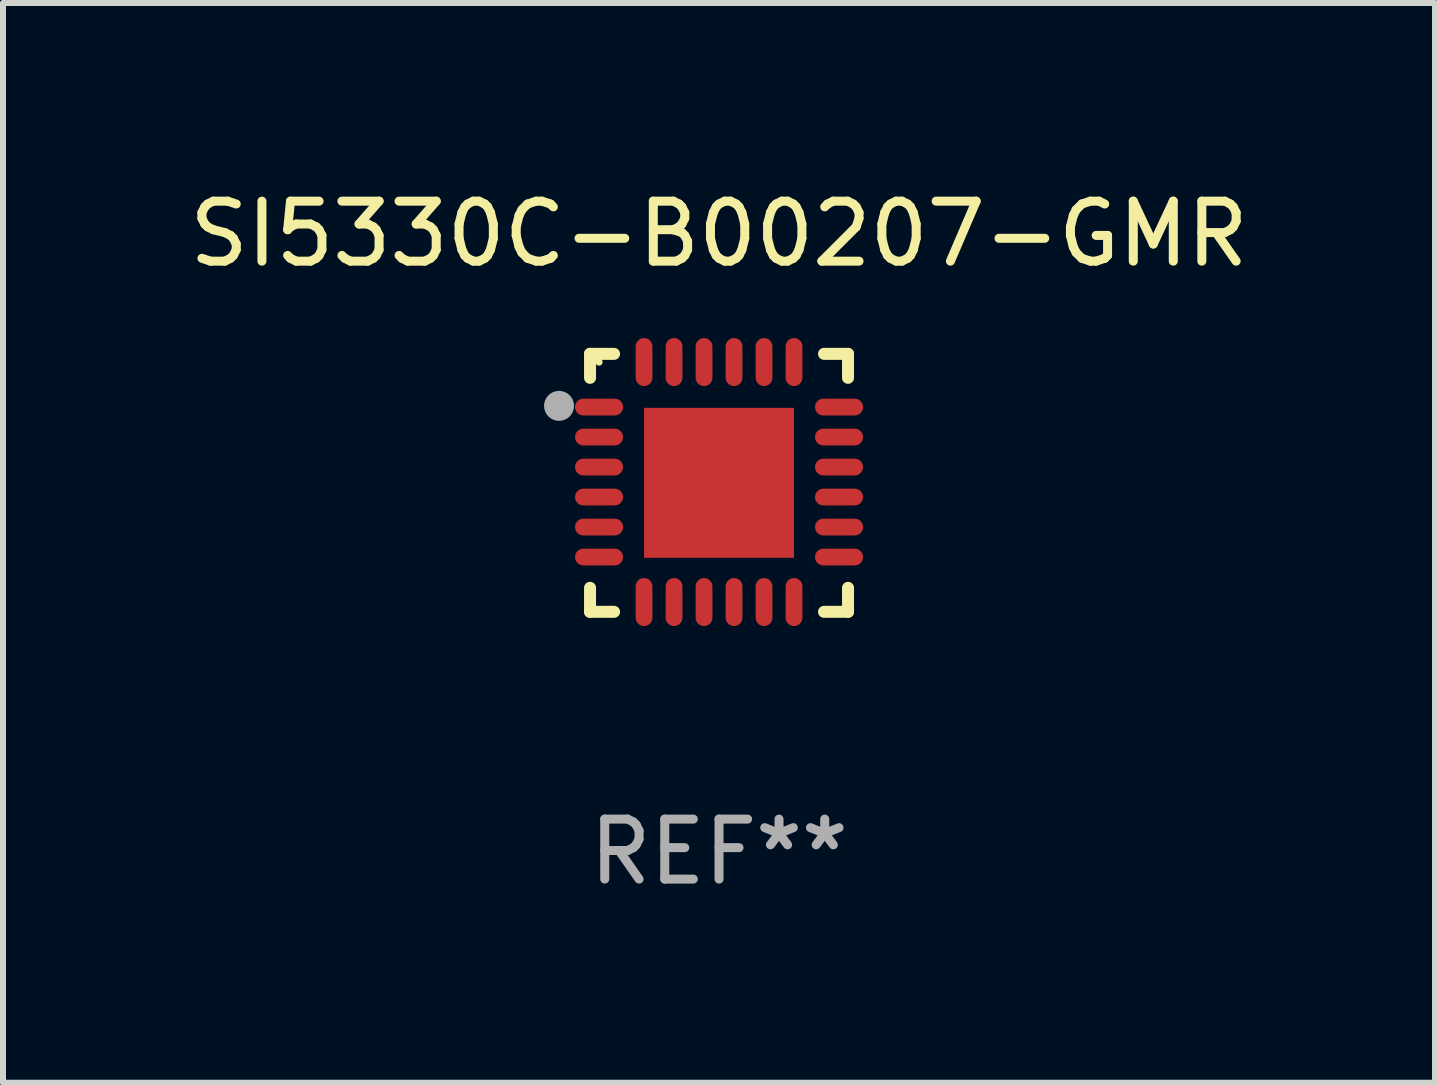
<source format=kicad_pcb>
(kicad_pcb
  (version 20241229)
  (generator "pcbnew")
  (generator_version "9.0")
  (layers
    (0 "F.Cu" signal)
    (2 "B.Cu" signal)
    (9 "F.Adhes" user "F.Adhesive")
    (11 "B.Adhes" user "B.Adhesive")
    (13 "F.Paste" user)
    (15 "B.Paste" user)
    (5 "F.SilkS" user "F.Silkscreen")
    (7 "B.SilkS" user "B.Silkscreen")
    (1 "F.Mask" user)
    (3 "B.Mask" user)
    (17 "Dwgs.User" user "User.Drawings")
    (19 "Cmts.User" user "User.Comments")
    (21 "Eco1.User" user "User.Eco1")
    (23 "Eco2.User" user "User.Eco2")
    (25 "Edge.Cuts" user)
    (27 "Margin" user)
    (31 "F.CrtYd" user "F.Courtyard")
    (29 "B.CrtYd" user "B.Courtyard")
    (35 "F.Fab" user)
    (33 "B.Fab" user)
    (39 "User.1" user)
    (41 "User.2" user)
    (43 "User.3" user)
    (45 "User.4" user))
  (footprint "SI5330C-B00207-GMR"
    (layer "F.Cu")
    (at 8.935 4.998)
    (property "Reference" "SI5330C-B00207-GMR" (at 0 -4.15 0) (layer "F.SilkS") (effects (font (size 1 1) (thickness 0.15))))
    (attr through_hole)
    (fp_line (start -2.15 -2.15) (end -1.75 -2.15) (stroke (width 0.2) (type solid)) (layer "F.SilkS"))
    (fp_line (start -2.15 -1.75) (end -2.15 -2.15) (stroke (width 0.2) (type solid)) (layer "F.SilkS"))
    (fp_line (start -2.15 2.15) (end -2.15 1.75) (stroke (width 0.2) (type solid)) (layer "F.SilkS"))
    (fp_line (start -1.75 2.15) (end -2.15 2.15) (stroke (width 0.2) (type solid)) (layer "F.SilkS"))
    (fp_line (start 1.75 -2.15) (end 2.15 -2.15) (stroke (width 0.2) (type solid)) (layer "F.SilkS"))
    (fp_line (start 1.75 2.15) (end 2.15 2.15) (stroke (width 0.2) (type solid)) (layer "F.SilkS"))
    (fp_line (start 2.15 -2.15) (end 2.15 -1.75) (stroke (width 0.2) (type solid)) (layer "F.SilkS"))
    (fp_line (start 2.15 2.15) (end 2.15 1.75) (stroke (width 0.2) (type solid)) (layer "F.SilkS"))
    (fp_circle (center -2 -2.013) (end -1.97 -2.013) (stroke (width 0.06) (type solid)) (fill no) (layer "F.SilkS"))
    (fp_circle (center -2.667 -1.283) (end -2.542 -1.283) (stroke (width 0.25) (type solid)) (fill no) (layer "F.Fab"))
    (fp_text user "REF**" (at 0 6.15 0) (layer "F.Fab") (effects (font (size 1 1) (thickness 0.15))))
    (pad "1" smd oval (at -2 -1.263) (size 0.8 0.28) (layers "F.Cu" "F.Mask" "F.Paste"))
    (pad "2" smd oval (at -2 -0.763) (size 0.8 0.28) (layers "F.Cu" "F.Mask" "F.Paste"))
    (pad "3" smd oval (at -2 -0.263) (size 0.8 0.28) (layers "F.Cu" "F.Mask" "F.Paste"))
    (pad "4" smd oval (at -2 0.237) (size 0.8 0.28) (layers "F.Cu" "F.Mask" "F.Paste"))
    (pad "5" smd oval (at -2 0.737) (size 0.8 0.28) (layers "F.Cu" "F.Mask" "F.Paste"))
    (pad "6" smd oval (at -2 1.237) (size 0.8 0.28) (layers "F.Cu" "F.Mask" "F.Paste"))
    (pad "7" smd oval (at -1.25 1.987) (size 0.28 0.8) (layers "F.Cu" "F.Mask" "F.Paste"))
    (pad "8" smd oval (at -0.75 1.987) (size 0.28 0.8) (layers "F.Cu" "F.Mask" "F.Paste"))
    (pad "9" smd oval (at -0.25 1.987) (size 0.28 0.8) (layers "F.Cu" "F.Mask" "F.Paste"))
    (pad "10" smd oval (at 0.25 1.987) (size 0.28 0.8) (layers "F.Cu" "F.Mask" "F.Paste"))
    (pad "11" smd oval (at 0.75 1.987) (size 0.28 0.8) (layers "F.Cu" "F.Mask" "F.Paste"))
    (pad "12" smd oval (at 1.25 1.987) (size 0.28 0.8) (layers "F.Cu" "F.Mask" "F.Paste"))
    (pad "13" smd oval (at 2 1.237) (size 0.8 0.28) (layers "F.Cu" "F.Mask" "F.Paste"))
    (pad "14" smd oval (at 2 0.737) (size 0.8 0.28) (layers "F.Cu" "F.Mask" "F.Paste"))
    (pad "15" smd oval (at 2 0.237) (size 0.8 0.28) (layers "F.Cu" "F.Mask" "F.Paste"))
    (pad "16" smd oval (at 2 -0.263) (size 0.8 0.28) (layers "F.Cu" "F.Mask" "F.Paste"))
    (pad "17" smd oval (at 2 -0.763) (size 0.8 0.28) (layers "F.Cu" "F.Mask" "F.Paste"))
    (pad "18" smd oval (at 2 -1.263) (size 0.8 0.28) (layers "F.Cu" "F.Mask" "F.Paste"))
    (pad "19" smd oval (at 1.25 -2.013) (size 0.28 0.8) (layers "F.Cu" "F.Mask" "F.Paste"))
    (pad "20" smd oval (at 0.75 -2.013) (size 0.28 0.8) (layers "F.Cu" "F.Mask" "F.Paste"))
    (pad "21" smd oval (at 0.25 -2.013) (size 0.28 0.8) (layers "F.Cu" "F.Mask" "F.Paste"))
    (pad "22" smd oval (at -0.25 -2.013) (size 0.28 0.8) (layers "F.Cu" "F.Mask" "F.Paste"))
    (pad "23" smd oval (at -0.75 -2.013) (size 0.28 0.8) (layers "F.Cu" "F.Mask" "F.Paste"))
    (pad "24" smd oval (at -1.25 -2.013) (size 0.28 0.8) (layers "F.Cu" "F.Mask" "F.Paste"))
    (pad "25" smd rect (at -0.000127 -0.00014) (size 2.5 2.5) (layers "F.Cu" "F.Mask" "F.Paste")))
  (gr_rect
    (start -3 -3)
    (end 20.869 14.997)
    (stroke (width 0.1) (type default))
    (fill no)
    (layer "Edge.Cuts")))
</source>
